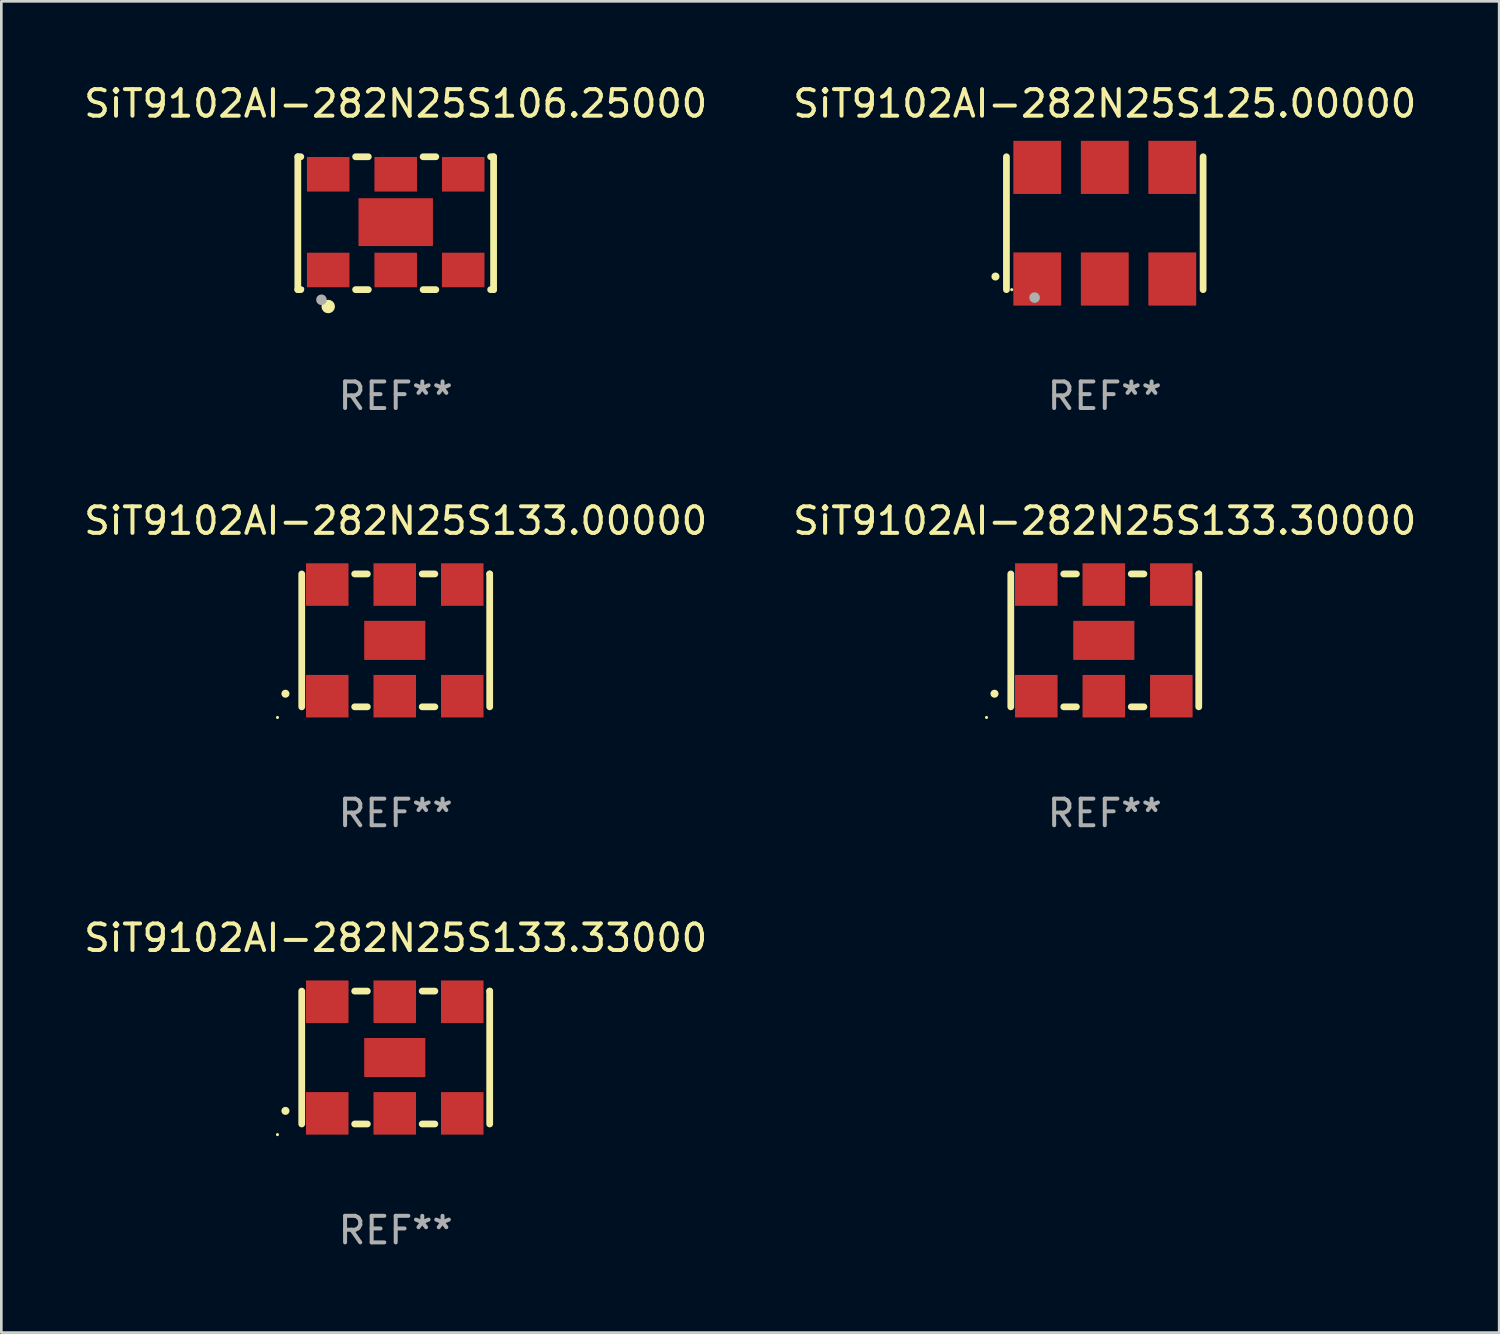
<source format=kicad_pcb>
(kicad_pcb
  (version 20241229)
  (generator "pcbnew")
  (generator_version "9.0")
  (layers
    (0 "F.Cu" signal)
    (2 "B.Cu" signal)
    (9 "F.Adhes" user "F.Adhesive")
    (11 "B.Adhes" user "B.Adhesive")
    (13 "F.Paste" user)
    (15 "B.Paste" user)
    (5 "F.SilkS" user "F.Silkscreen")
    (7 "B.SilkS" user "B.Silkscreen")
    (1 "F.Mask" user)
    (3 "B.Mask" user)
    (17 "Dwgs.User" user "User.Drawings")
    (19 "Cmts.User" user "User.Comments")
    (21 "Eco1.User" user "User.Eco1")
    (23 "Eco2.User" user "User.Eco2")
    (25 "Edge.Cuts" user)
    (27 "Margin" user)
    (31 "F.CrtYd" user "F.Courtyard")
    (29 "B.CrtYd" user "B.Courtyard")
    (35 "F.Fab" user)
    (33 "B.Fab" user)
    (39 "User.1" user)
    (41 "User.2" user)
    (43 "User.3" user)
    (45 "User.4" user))
  (footprint "SiT9102AI-282N25S133.33000"
    (layer "F.Cu")
    (at 11.839 36.741)
    (property "Reference" "SiT9102AI-282N25S133.33000" (at 0 -4.5 0) (layer "F.SilkS") (effects (font (size 1 1) (thickness 0.15))))
    (attr through_hole)
    (fp_line (start -3.536 -2.5) (end -3.536 2.5) (stroke (width 0.254) (type solid)) (layer "F.SilkS"))
    (fp_line (start -1.544 2.5) (end -1.067 2.5) (stroke (width 0.254) (type solid)) (layer "F.SilkS"))
    (fp_line (start -1.067 -2.5) (end -1.544 -2.5) (stroke (width 0.254) (type solid)) (layer "F.SilkS"))
    (fp_line (start 0.996 2.5) (end 1.473 2.5) (stroke (width 0.254) (type solid)) (layer "F.SilkS"))
    (fp_line (start 1.473 -2.5) (end 0.996 -2.5) (stroke (width 0.254) (type solid)) (layer "F.SilkS"))
    (fp_line (start 3.536 -2.5) (end 3.536 -2.5) (stroke (width 0.254) (type solid)) (layer "F.SilkS"))
    (fp_line (start 3.536 2.5) (end 3.536 -2.5) (stroke (width 0.254) (type solid)) (layer "F.SilkS"))
    (fp_arc (start -4.150432 2.006604) (mid -4.149162 2.006599) (end -4.147892 2.006604) (stroke (width 0.3) (type solid)) (layer "F.SilkS"))
    (fp_circle (center -4.449 2.9) (end -4.419 2.9) (stroke (width 0.06) (type solid)) (fill no) (layer "F.SilkS"))
    (fp_text user "REF**" (at 0 6.5 0) (layer "F.Fab") (effects (font (size 1 1) (thickness 0.15))))
    (pad "1" smd rect (at -2.576 2.1) (size 1.6 1.6) (layers "F.Cu" "F.Mask" "F.Paste"))
    (pad "2" smd rect (at -0.036 2.1) (size 1.6 1.6) (layers "F.Cu" "F.Mask" "F.Paste"))
    (pad "3" smd rect (at 2.504 2.1) (size 1.6 1.6) (layers "F.Cu" "F.Mask" "F.Paste"))
    (pad "4" smd rect (at 2.504 -2.1) (size 1.6 1.6) (layers "F.Cu" "F.Mask" "F.Paste"))
    (pad "5" smd rect (at -0.036 -2.1) (size 1.6 1.6) (layers "F.Cu" "F.Mask" "F.Paste"))
    (pad "6" smd rect (at -2.576 -2.1) (size 1.6 1.6) (layers "F.Cu" "F.Mask" "F.Paste"))
    (pad "7" smd rect (at -0.036 0) (size 2.3 1.47) (layers "F.Cu" "F.Mask" "F.Paste")))
  (footprint "SiT9102AI-282N25S106.25000"
    (layer "F.Cu")
    (at 11.839 5.348)
    (property "Reference" "SiT9102AI-282N25S106.25000" (at 0 -4.5 0) (layer "F.SilkS") (effects (font (size 1 1) (thickness 0.15))))
    (attr through_hole)
    (fp_line (start -3.683 -2.5) (end -3.571 -2.5) (stroke (width 0.254) (type solid)) (layer "F.SilkS"))
    (fp_line (start -3.683 2.5) (end -3.683 -2.5) (stroke (width 0.254) (type solid)) (layer "F.SilkS"))
    (fp_line (start -3.683 2.5) (end -3.571 2.5) (stroke (width 0.254) (type solid)) (layer "F.SilkS"))
    (fp_line (start -1.509 -2.5) (end -1.031 -2.5) (stroke (width 0.254) (type solid)) (layer "F.SilkS"))
    (fp_line (start -1.509 2.5) (end -1.031 2.5) (stroke (width 0.254) (type solid)) (layer "F.SilkS"))
    (fp_line (start 1.031 -2.5) (end 1.509 -2.5) (stroke (width 0.254) (type solid)) (layer "F.SilkS"))
    (fp_line (start 1.031 2.5) (end 1.509 2.5) (stroke (width 0.254) (type solid)) (layer "F.SilkS"))
    (fp_line (start 3.571 -2.5) (end 3.683 -2.5) (stroke (width 0.254) (type solid)) (layer "F.SilkS"))
    (fp_line (start 3.571 2.5) (end 3.683 2.5) (stroke (width 0.254) (type solid)) (layer "F.SilkS"))
    (fp_line (start 3.683 2.5) (end 3.683 -2.5) (stroke (width 0.254) (type solid)) (layer "F.SilkS"))
    (fp_circle (center -3.5 2.46) (end -3.47 2.46) (stroke (width 0.06) (type solid)) (fill no) (layer "F.SilkS"))
    (fp_circle (center -2.54 3.135) (end -2.413 3.135) (stroke (width 0.254) (type solid)) (fill no) (layer "F.SilkS"))
    (fp_circle (center -2.794 2.881) (end -2.694 2.881) (stroke (width 0.2) (type solid)) (fill no) (layer "F.Fab"))
    (fp_text user "REF**" (at 0 6.5 0) (layer "F.Fab") (effects (font (size 1 1) (thickness 0.15))))
    (pad "1" smd rect (at -2.54 1.76) (size 1.6 1.3) (layers "F.Cu" "F.Mask" "F.Paste"))
    (pad "2" smd rect (at 0 1.76) (size 1.6 1.3) (layers "F.Cu" "F.Mask" "F.Paste"))
    (pad "3" smd rect (at 2.54 1.76) (size 1.6 1.3) (layers "F.Cu" "F.Mask" "F.Paste"))
    (pad "4" smd rect (at 2.54 -1.84) (size 1.6 1.3) (layers "F.Cu" "F.Mask" "F.Paste"))
    (pad "5" smd rect (at 0 -1.84) (size 1.6 1.3) (layers "F.Cu" "F.Mask" "F.Paste"))
    (pad "6" smd rect (at -2.54 -1.84) (size 1.6 1.3) (layers "F.Cu" "F.Mask" "F.Paste"))
    (pad "7" smd rect (at 0 -0.04) (size 2.8 1.8) (layers "F.Cu" "F.Mask" "F.Paste")))
  (footprint "SiT9102AI-282N25S133.30000"
    (layer "F.Cu")
    (at 38.518 21.045)
    (property "Reference" "SiT9102AI-282N25S133.30000" (at 0 -4.5 0) (layer "F.SilkS") (effects (font (size 1 1) (thickness 0.15))))
    (attr through_hole)
    (fp_line (start -3.536 -2.5) (end -3.536 2.5) (stroke (width 0.254) (type solid)) (layer "F.SilkS"))
    (fp_line (start -1.544 2.5) (end -1.067 2.5) (stroke (width 0.254) (type solid)) (layer "F.SilkS"))
    (fp_line (start -1.067 -2.5) (end -1.544 -2.5) (stroke (width 0.254) (type solid)) (layer "F.SilkS"))
    (fp_line (start 0.996 2.5) (end 1.473 2.5) (stroke (width 0.254) (type solid)) (layer "F.SilkS"))
    (fp_line (start 1.473 -2.5) (end 0.996 -2.5) (stroke (width 0.254) (type solid)) (layer "F.SilkS"))
    (fp_line (start 3.536 -2.5) (end 3.536 -2.5) (stroke (width 0.254) (type solid)) (layer "F.SilkS"))
    (fp_line (start 3.536 2.5) (end 3.536 -2.5) (stroke (width 0.254) (type solid)) (layer "F.SilkS"))
    (fp_arc (start -4.150432 2.006604) (mid -4.149162 2.006599) (end -4.147892 2.006604) (stroke (width 0.3) (type solid)) (layer "F.SilkS"))
    (fp_circle (center -4.449 2.9) (end -4.419 2.9) (stroke (width 0.06) (type solid)) (fill no) (layer "F.SilkS"))
    (fp_text user "REF**" (at 0 6.5 0) (layer "F.Fab") (effects (font (size 1 1) (thickness 0.15))))
    (pad "1" smd rect (at -2.576 2.1) (size 1.6 1.6) (layers "F.Cu" "F.Mask" "F.Paste"))
    (pad "2" smd rect (at -0.036 2.1) (size 1.6 1.6) (layers "F.Cu" "F.Mask" "F.Paste"))
    (pad "3" smd rect (at 2.504 2.1) (size 1.6 1.6) (layers "F.Cu" "F.Mask" "F.Paste"))
    (pad "4" smd rect (at 2.504 -2.1) (size 1.6 1.6) (layers "F.Cu" "F.Mask" "F.Paste"))
    (pad "5" smd rect (at -0.036 -2.1) (size 1.6 1.6) (layers "F.Cu" "F.Mask" "F.Paste"))
    (pad "6" smd rect (at -2.576 -2.1) (size 1.6 1.6) (layers "F.Cu" "F.Mask" "F.Paste"))
    (pad "7" smd rect (at -0.036 0) (size 2.3 1.47) (layers "F.Cu" "F.Mask" "F.Paste")))
  (footprint "SiT9102AI-282N25S125.00000"
    (layer "F.Cu")
    (at 38.518 5.348)
    (property "Reference" "SiT9102AI-282N25S125.00000" (at 0 -4.5 0) (layer "F.SilkS") (effects (font (size 1 1) (thickness 0.15))))
    (attr through_hole)
    (fp_line (start -3.7 -2.5) (end -3.7 2.5) (stroke (width 0.254) (type solid)) (layer "F.SilkS"))
    (fp_line (start 3.7 -2.5) (end 3.7 2.5) (stroke (width 0.254) (type solid)) (layer "F.SilkS"))
    (fp_arc (start -4.114415 2.006604) (mid -4.113145 2.006599) (end -4.111875 2.006604) (stroke (width 0.3) (type solid)) (layer "F.SilkS"))
    (fp_circle (center -3.5 2.501) (end -3.47 2.501) (stroke (width 0.06) (type solid)) (fill no) (layer "F.SilkS"))
    (fp_circle (center -2.641 2.799) (end -2.541 2.799) (stroke (width 0.2) (type solid)) (fill no) (layer "F.Fab"))
    (fp_text user "REF**" (at 0 6.5 0) (layer "F.Fab") (effects (font (size 1 1) (thickness 0.15))))
    (pad "1" smd rect (at -2.54 2.1) (size 1.8 2) (layers "F.Cu" "F.Mask" "F.Paste"))
    (pad "2" smd rect (at 0.000394 2.1) (size 1.8 2) (layers "F.Cu" "F.Mask" "F.Paste"))
    (pad "3" smd rect (at 2.54 2.1) (size 1.8 2) (layers "F.Cu" "F.Mask" "F.Paste"))
    (pad "4" smd rect (at 2.54 -2.1) (size 1.8 2) (layers "F.Cu" "F.Mask" "F.Paste"))
    (pad "5" smd rect (at 0.000394 -2.1) (size 1.8 2) (layers "F.Cu" "F.Mask" "F.Paste"))
    (pad "6" smd rect (at -2.54 -2.1) (size 1.8 2) (layers "F.Cu" "F.Mask" "F.Paste")))
  (footprint "SiT9102AI-282N25S133.00000"
    (layer "F.Cu")
    (at 11.839 21.045)
    (property "Reference" "SiT9102AI-282N25S133.00000" (at 0 -4.5 0) (layer "F.SilkS") (effects (font (size 1 1) (thickness 0.15))))
    (attr through_hole)
    (fp_line (start -3.536 -2.5) (end -3.536 2.5) (stroke (width 0.254) (type solid)) (layer "F.SilkS"))
    (fp_line (start -1.544 2.5) (end -1.067 2.5) (stroke (width 0.254) (type solid)) (layer "F.SilkS"))
    (fp_line (start -1.067 -2.5) (end -1.544 -2.5) (stroke (width 0.254) (type solid)) (layer "F.SilkS"))
    (fp_line (start 0.996 2.5) (end 1.473 2.5) (stroke (width 0.254) (type solid)) (layer "F.SilkS"))
    (fp_line (start 1.473 -2.5) (end 0.996 -2.5) (stroke (width 0.254) (type solid)) (layer "F.SilkS"))
    (fp_line (start 3.536 -2.5) (end 3.536 -2.5) (stroke (width 0.254) (type solid)) (layer "F.SilkS"))
    (fp_line (start 3.536 2.5) (end 3.536 -2.5) (stroke (width 0.254) (type solid)) (layer "F.SilkS"))
    (fp_arc (start -4.150432 2.006604) (mid -4.149162 2.006599) (end -4.147892 2.006604) (stroke (width 0.3) (type solid)) (layer "F.SilkS"))
    (fp_circle (center -4.449 2.9) (end -4.419 2.9) (stroke (width 0.06) (type solid)) (fill no) (layer "F.SilkS"))
    (fp_text user "REF**" (at 0 6.5 0) (layer "F.Fab") (effects (font (size 1 1) (thickness 0.15))))
    (pad "1" smd rect (at -2.576 2.1) (size 1.6 1.6) (layers "F.Cu" "F.Mask" "F.Paste"))
    (pad "2" smd rect (at -0.036 2.1) (size 1.6 1.6) (layers "F.Cu" "F.Mask" "F.Paste"))
    (pad "3" smd rect (at 2.504 2.1) (size 1.6 1.6) (layers "F.Cu" "F.Mask" "F.Paste"))
    (pad "4" smd rect (at 2.504 -2.1) (size 1.6 1.6) (layers "F.Cu" "F.Mask" "F.Paste"))
    (pad "5" smd rect (at -0.036 -2.1) (size 1.6 1.6) (layers "F.Cu" "F.Mask" "F.Paste"))
    (pad "6" smd rect (at -2.576 -2.1) (size 1.6 1.6) (layers "F.Cu" "F.Mask" "F.Paste"))
    (pad "7" smd rect (at -0.036 0) (size 2.3 1.47) (layers "F.Cu" "F.Mask" "F.Paste")))
  (gr_rect
    (start -3 -3)
    (end 53.357 47.09)
    (stroke (width 0.1) (type default))
    (fill no)
    (layer "Edge.Cuts")))
</source>
